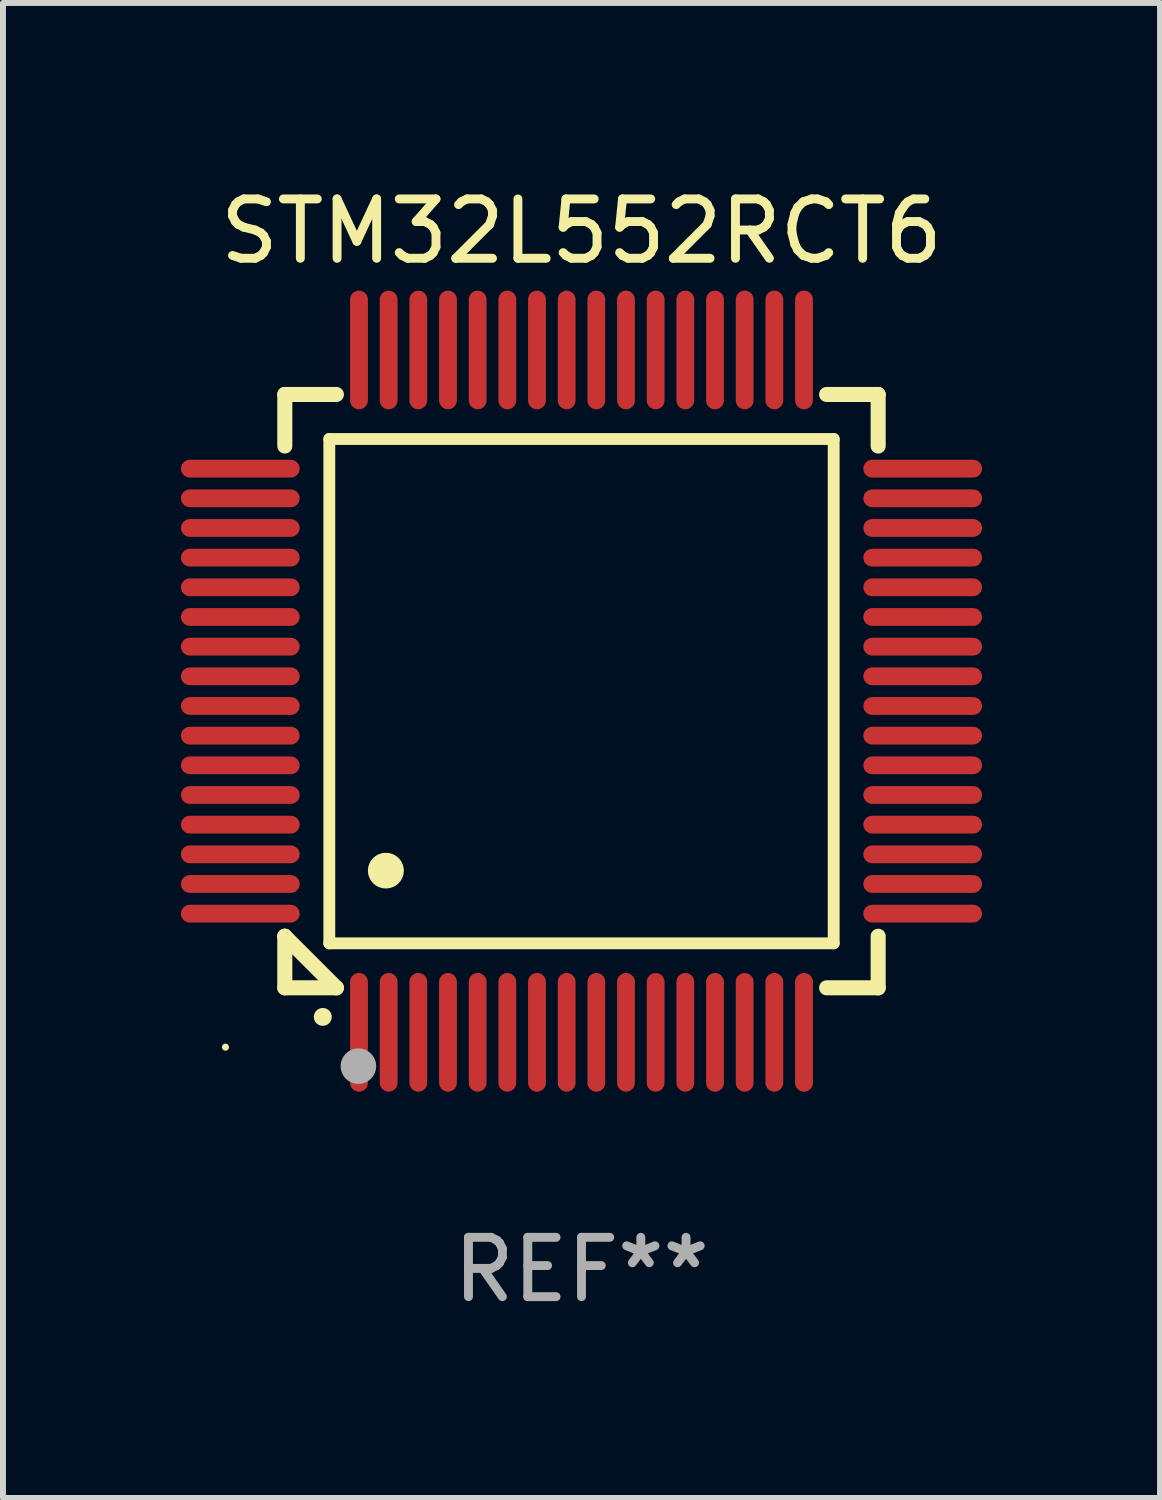
<source format=kicad_pcb>
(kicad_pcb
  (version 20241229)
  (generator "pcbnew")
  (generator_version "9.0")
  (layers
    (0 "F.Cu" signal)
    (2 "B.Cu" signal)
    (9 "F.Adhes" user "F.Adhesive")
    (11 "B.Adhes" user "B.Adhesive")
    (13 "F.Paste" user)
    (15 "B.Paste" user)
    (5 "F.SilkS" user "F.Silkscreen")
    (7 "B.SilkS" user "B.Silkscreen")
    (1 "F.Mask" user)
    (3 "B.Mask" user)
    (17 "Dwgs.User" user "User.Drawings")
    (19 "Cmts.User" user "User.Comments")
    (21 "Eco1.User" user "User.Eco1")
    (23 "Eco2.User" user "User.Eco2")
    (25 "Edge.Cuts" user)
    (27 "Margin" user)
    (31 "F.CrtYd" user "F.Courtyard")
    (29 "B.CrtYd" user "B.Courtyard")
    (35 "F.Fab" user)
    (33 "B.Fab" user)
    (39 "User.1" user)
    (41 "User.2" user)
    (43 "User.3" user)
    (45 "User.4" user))
  (footprint "STM32L552RCT6"
    (layer "F.Cu")
    (at 6.75 8.598)
    (property "Reference" "STM32L552RCT6" (at 0 -7.75 0) (layer "F.SilkS") (effects (font (size 1 1) (thickness 0.15))))
    (attr through_hole)
    (fp_line (start -5 -5) (end -4.131 -5) (stroke (width 0.254) (type solid)) (layer "F.SilkS"))
    (fp_line (start -5 -4.131) (end -5 -5) (stroke (width 0.254) (type solid)) (layer "F.SilkS"))
    (fp_line (start -5 4.131) (end -5 4.131) (stroke (width 0.254) (type solid)) (layer "F.SilkS"))
    (fp_line (start -5 5) (end -5 4.131) (stroke (width 0.254) (type solid)) (layer "F.SilkS"))
    (fp_line (start -5 4.131) (end -4.131 5) (stroke (width 0.254) (type solid)) (layer "F.SilkS"))
    (fp_line (start -4.25 -4.25) (end -4.25 4.25) (stroke (width 0.2) (type solid)) (layer "F.SilkS"))
    (fp_line (start -4.25 4.25) (end 4.25 4.25) (stroke (width 0.2) (type solid)) (layer "F.SilkS"))
    (fp_line (start -4.131 5) (end -5 5) (stroke (width 0.254) (type solid)) (layer "F.SilkS"))
    (fp_line (start 4.25 -4.25) (end -4.25 -4.25) (stroke (width 0.2) (type solid)) (layer "F.SilkS"))
    (fp_line (start 4.25 4.25) (end 4.25 -4.25) (stroke (width 0.2) (type solid)) (layer "F.SilkS"))
    (fp_line (start 5 -5) (end 4.131 -5) (stroke (width 0.254) (type solid)) (layer "F.SilkS"))
    (fp_line (start 5 -5) (end 5 -4.131) (stroke (width 0.254) (type solid)) (layer "F.SilkS"))
    (fp_line (start 5 4.131) (end 5 5) (stroke (width 0.254) (type solid)) (layer "F.SilkS"))
    (fp_line (start 5 5) (end 4.131 5) (stroke (width 0.254) (type solid)) (layer "F.SilkS"))
    (fp_arc (start -4.361265 5.489992) (mid -4.359995 5.489987) (end -4.358725 5.489992) (stroke (width 0.3) (type solid)) (layer "F.SilkS"))
    (fp_arc (start -3.299467 3.025146) (mid -3.296927 3.025135) (end -3.294387 3.025146) (stroke (width 0.6) (type solid)) (layer "F.SilkS"))
    (fp_circle (center -6 6) (end -5.97 6) (stroke (width 0.06) (type solid)) (fill no) (layer "F.SilkS"))
    (fp_circle (center -3.76 6.32) (end -3.61 6.32) (stroke (width 0.3) (type solid)) (fill no) (layer "F.Fab"))
    (fp_text user "REF**" (at 0 9.75 0) (layer "F.Fab") (effects (font (size 1 1) (thickness 0.15))))
    (pad "1" smd oval (at -3.75 5.75) (size 0.3 2) (layers "F.Cu" "F.Mask" "F.Paste"))
    (pad "2" smd oval (at -3.25 5.75) (size 0.3 2) (layers "F.Cu" "F.Mask" "F.Paste"))
    (pad "3" smd oval (at -2.75 5.75) (size 0.3 2) (layers "F.Cu" "F.Mask" "F.Paste"))
    (pad "4" smd oval (at -2.25 5.75) (size 0.3 2) (layers "F.Cu" "F.Mask" "F.Paste"))
    (pad "5" smd oval (at -1.75 5.75) (size 0.3 2) (layers "F.Cu" "F.Mask" "F.Paste"))
    (pad "6" smd oval (at -1.25 5.75) (size 0.3 2) (layers "F.Cu" "F.Mask" "F.Paste"))
    (pad "7" smd oval (at -0.75 5.75) (size 0.3 2) (layers "F.Cu" "F.Mask" "F.Paste"))
    (pad "8" smd oval (at -0.25 5.75) (size 0.3 2) (layers "F.Cu" "F.Mask" "F.Paste"))
    (pad "9" smd oval (at 0.25 5.75) (size 0.3 2) (layers "F.Cu" "F.Mask" "F.Paste"))
    (pad "10" smd oval (at 0.75 5.75) (size 0.3 2) (layers "F.Cu" "F.Mask" "F.Paste"))
    (pad "11" smd oval (at 1.25 5.75) (size 0.3 2) (layers "F.Cu" "F.Mask" "F.Paste"))
    (pad "12" smd oval (at 1.75 5.75) (size 0.3 2) (layers "F.Cu" "F.Mask" "F.Paste"))
    (pad "13" smd oval (at 2.25 5.75) (size 0.3 2) (layers "F.Cu" "F.Mask" "F.Paste"))
    (pad "14" smd oval (at 2.75 5.75) (size 0.3 2) (layers "F.Cu" "F.Mask" "F.Paste"))
    (pad "15" smd oval (at 3.25 5.75) (size 0.3 2) (layers "F.Cu" "F.Mask" "F.Paste"))
    (pad "16" smd oval (at 3.75 5.75) (size 0.3 2) (layers "F.Cu" "F.Mask" "F.Paste"))
    (pad "17" smd oval (at 5.75 3.75) (size 2 0.3) (layers "F.Cu" "F.Mask" "F.Paste"))
    (pad "18" smd oval (at 5.75 3.25) (size 2 0.3) (layers "F.Cu" "F.Mask" "F.Paste"))
    (pad "19" smd oval (at 5.75 2.75) (size 2 0.3) (layers "F.Cu" "F.Mask" "F.Paste"))
    (pad "20" smd oval (at 5.75 2.25) (size 2 0.3) (layers "F.Cu" "F.Mask" "F.Paste"))
    (pad "21" smd oval (at 5.75 1.75) (size 2 0.3) (layers "F.Cu" "F.Mask" "F.Paste"))
    (pad "22" smd oval (at 5.75 1.25) (size 2 0.3) (layers "F.Cu" "F.Mask" "F.Paste"))
    (pad "23" smd oval (at 5.75 0.75) (size 2 0.3) (layers "F.Cu" "F.Mask" "F.Paste"))
    (pad "24" smd oval (at 5.75 0.25) (size 2 0.3) (layers "F.Cu" "F.Mask" "F.Paste"))
    (pad "25" smd oval (at 5.75 -0.25) (size 2 0.3) (layers "F.Cu" "F.Mask" "F.Paste"))
    (pad "26" smd oval (at 5.75 -0.75) (size 2 0.3) (layers "F.Cu" "F.Mask" "F.Paste"))
    (pad "27" smd oval (at 5.75 -1.25) (size 2 0.3) (layers "F.Cu" "F.Mask" "F.Paste"))
    (pad "28" smd oval (at 5.75 -1.75) (size 2 0.3) (layers "F.Cu" "F.Mask" "F.Paste"))
    (pad "29" smd oval (at 5.75 -2.25) (size 2 0.3) (layers "F.Cu" "F.Mask" "F.Paste"))
    (pad "30" smd oval (at 5.75 -2.75) (size 2 0.3) (layers "F.Cu" "F.Mask" "F.Paste"))
    (pad "31" smd oval (at 5.75 -3.25) (size 2 0.3) (layers "F.Cu" "F.Mask" "F.Paste"))
    (pad "32" smd oval (at 5.75 -3.75) (size 2 0.3) (layers "F.Cu" "F.Mask" "F.Paste"))
    (pad "33" smd oval (at 3.75 -5.75) (size 0.3 2) (layers "F.Cu" "F.Mask" "F.Paste"))
    (pad "34" smd oval (at 3.25 -5.75) (size 0.3 2) (layers "F.Cu" "F.Mask" "F.Paste"))
    (pad "35" smd oval (at 2.75 -5.75) (size 0.3 2) (layers "F.Cu" "F.Mask" "F.Paste"))
    (pad "36" smd oval (at 2.25 -5.75) (size 0.3 2) (layers "F.Cu" "F.Mask" "F.Paste"))
    (pad "37" smd oval (at 1.75 -5.75) (size 0.3 2) (layers "F.Cu" "F.Mask" "F.Paste"))
    (pad "38" smd oval (at 1.25 -5.75) (size 0.3 2) (layers "F.Cu" "F.Mask" "F.Paste"))
    (pad "39" smd oval (at 0.75 -5.75) (size 0.3 2) (layers "F.Cu" "F.Mask" "F.Paste"))
    (pad "40" smd oval (at 0.25 -5.75) (size 0.3 2) (layers "F.Cu" "F.Mask" "F.Paste"))
    (pad "41" smd oval (at -0.25 -5.75) (size 0.3 2) (layers "F.Cu" "F.Mask" "F.Paste"))
    (pad "42" smd oval (at -0.75 -5.75) (size 0.3 2) (layers "F.Cu" "F.Mask" "F.Paste"))
    (pad "43" smd oval (at -1.25 -5.75) (size 0.3 2) (layers "F.Cu" "F.Mask" "F.Paste"))
    (pad "44" smd oval (at -1.75 -5.75) (size 0.3 2) (layers "F.Cu" "F.Mask" "F.Paste"))
    (pad "45" smd oval (at -2.25 -5.75) (size 0.3 2) (layers "F.Cu" "F.Mask" "F.Paste"))
    (pad "46" smd oval (at -2.75 -5.75) (size 0.3 2) (layers "F.Cu" "F.Mask" "F.Paste"))
    (pad "47" smd oval (at -3.25 -5.75) (size 0.3 2) (layers "F.Cu" "F.Mask" "F.Paste"))
    (pad "48" smd oval (at -3.75 -5.75) (size 0.3 2) (layers "F.Cu" "F.Mask" "F.Paste"))
    (pad "49" smd oval (at -5.75 -3.75) (size 2 0.3) (layers "F.Cu" "F.Mask" "F.Paste"))
    (pad "50" smd oval (at -5.75 -3.25) (size 2 0.3) (layers "F.Cu" "F.Mask" "F.Paste"))
    (pad "51" smd oval (at -5.75 -2.75) (size 2 0.3) (layers "F.Cu" "F.Mask" "F.Paste"))
    (pad "52" smd oval (at -5.75 -2.25) (size 2 0.3) (layers "F.Cu" "F.Mask" "F.Paste"))
    (pad "53" smd oval (at -5.75 -1.75) (size 2 0.3) (layers "F.Cu" "F.Mask" "F.Paste"))
    (pad "54" smd oval (at -5.75 -1.25) (size 2 0.3) (layers "F.Cu" "F.Mask" "F.Paste"))
    (pad "55" smd oval (at -5.75 -0.75) (size 2 0.3) (layers "F.Cu" "F.Mask" "F.Paste"))
    (pad "56" smd oval (at -5.75 -0.25) (size 2 0.3) (layers "F.Cu" "F.Mask" "F.Paste"))
    (pad "57" smd oval (at -5.75 0.25) (size 2 0.3) (layers "F.Cu" "F.Mask" "F.Paste"))
    (pad "58" smd oval (at -5.75 0.75) (size 2 0.3) (layers "F.Cu" "F.Mask" "F.Paste"))
    (pad "59" smd oval (at -5.75 1.25) (size 2 0.3) (layers "F.Cu" "F.Mask" "F.Paste"))
    (pad "60" smd oval (at -5.75 1.75) (size 2 0.3) (layers "F.Cu" "F.Mask" "F.Paste"))
    (pad "61" smd oval (at -5.75 2.25) (size 2 0.3) (layers "F.Cu" "F.Mask" "F.Paste"))
    (pad "62" smd oval (at -5.75 2.75) (size 2 0.3) (layers "F.Cu" "F.Mask" "F.Paste"))
    (pad "63" smd oval (at -5.75 3.25) (size 2 0.3) (layers "F.Cu" "F.Mask" "F.Paste"))
    (pad "64" smd oval (at -5.75 3.75) (size 2 0.3) (layers "F.Cu" "F.Mask" "F.Paste")))
  (gr_rect
    (start -3 -3)
    (end 16.5 22.196)
    (stroke (width 0.1) (type default))
    (fill no)
    (layer "Edge.Cuts")))
</source>
